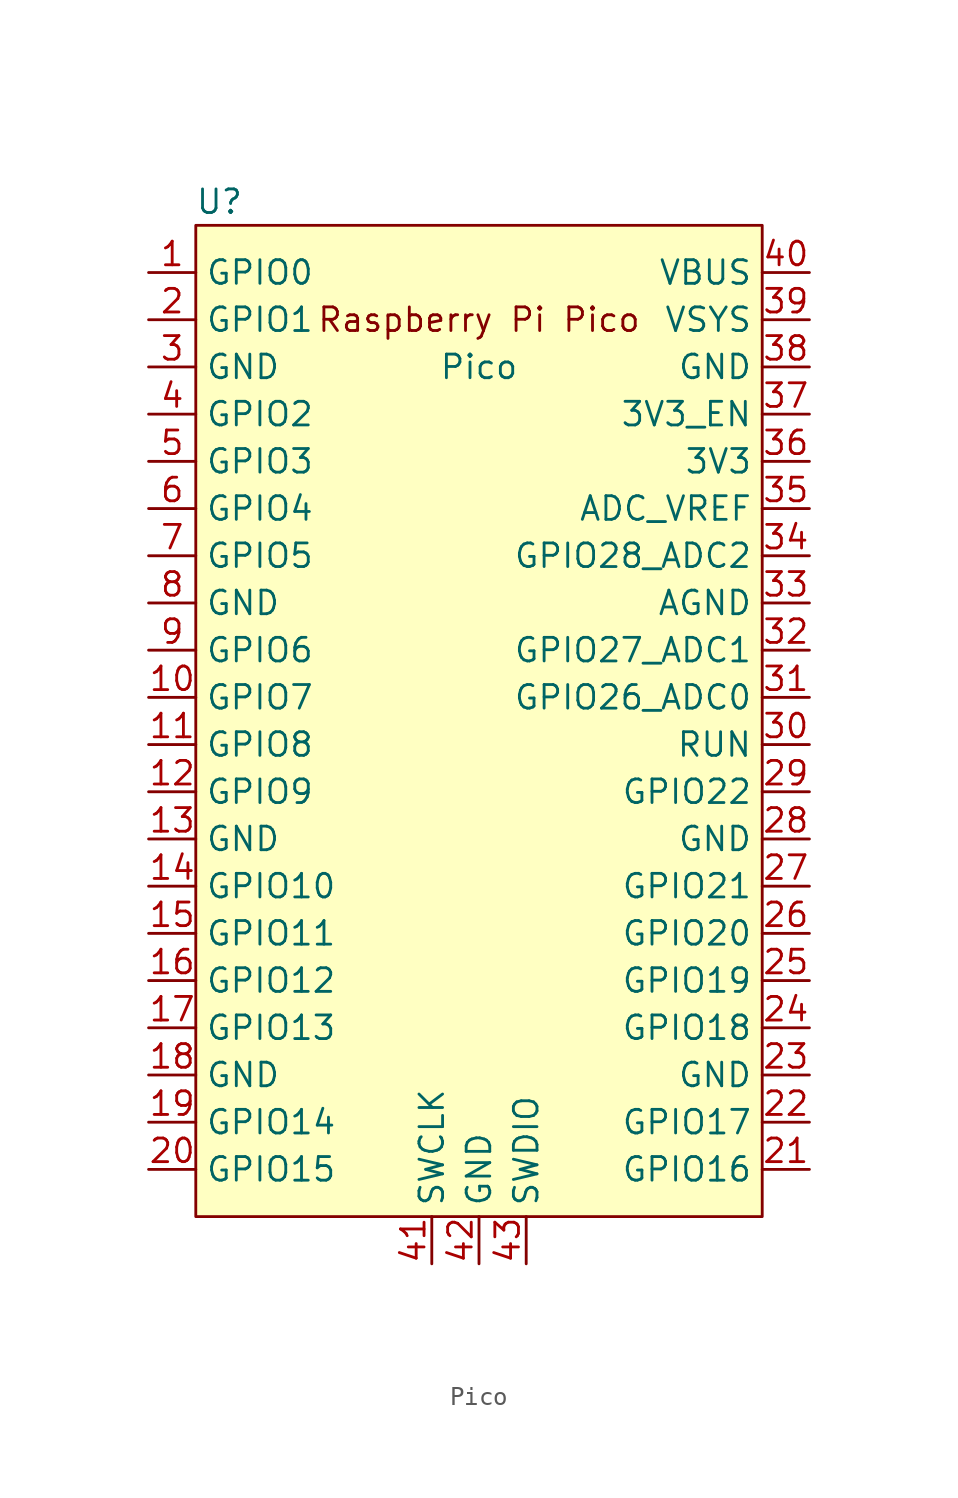
<source format=kicad_sym>
(kicad_symbol_lib
  (version 20211014)
  (generator kicad_symbol_editor)
  (symbol "Pico"
    (property "Reference" "U"
      (at -13.97 27.94 0)
      (effects (font (size 1.27 1.27))))
    (property "Value" "Pico"
      (at 0 19.05 0)
      (effects (font (size 1.27 1.27))))
    (symbol "Pico_0_0"
      (text "Raspberry Pi Pico" (at 0 21.59 0) (effects (font (size 1.27 1.27)))))
    (symbol "Pico_0_1"
      (rectangle (start -15.24 26.67) (end 15.24 -26.67) (stroke (width 0) (type default) (color 0 0 0 0)) (fill (type background))))
    (symbol "Pico_1_1"
      (pin bidirectional line (at -17.78 24.13 0) (length 2.54) (name "GPIO0" (effects (font (size 1.27 1.27)))) (number "1" (effects (font (size 1.27 1.27)))))
      (pin bidirectional line (at -17.78 1.27 0) (length 2.54) (name "GPIO7" (effects (font (size 1.27 1.27)))) (number "10" (effects (font (size 1.27 1.27)))))
      (pin bidirectional line (at -17.78 -1.27 0) (length 2.54) (name "GPIO8" (effects (font (size 1.27 1.27)))) (number "11" (effects (font (size 1.27 1.27)))))
      (pin bidirectional line (at -17.78 -3.81 0) (length 2.54) (name "GPIO9" (effects (font (size 1.27 1.27)))) (number "12" (effects (font (size 1.27 1.27)))))
      (pin power_in line (at -17.78 -6.35 0) (length 2.54) (name "GND" (effects (font (size 1.27 1.27)))) (number "13" (effects (font (size 1.27 1.27)))))
      (pin bidirectional line (at -17.78 -8.89 0) (length 2.54) (name "GPIO10" (effects (font (size 1.27 1.27)))) (number "14" (effects (font (size 1.27 1.27)))))
      (pin bidirectional line (at -17.78 -11.43 0) (length 2.54) (name "GPIO11" (effects (font (size 1.27 1.27)))) (number "15" (effects (font (size 1.27 1.27)))))
      (pin bidirectional line (at -17.78 -13.97 0) (length 2.54) (name "GPIO12" (effects (font (size 1.27 1.27)))) (number "16" (effects (font (size 1.27 1.27)))))
      (pin bidirectional line (at -17.78 -16.51 0) (length 2.54) (name "GPIO13" (effects (font (size 1.27 1.27)))) (number "17" (effects (font (size 1.27 1.27)))))
      (pin power_in line (at -17.78 -19.05 0) (length 2.54) (name "GND" (effects (font (size 1.27 1.27)))) (number "18" (effects (font (size 1.27 1.27)))))
      (pin bidirectional line (at -17.78 -21.59 0) (length 2.54) (name "GPIO14" (effects (font (size 1.27 1.27)))) (number "19" (effects (font (size 1.27 1.27)))))
      (pin bidirectional line (at -17.78 21.59 0) (length 2.54) (name "GPIO1" (effects (font (size 1.27 1.27)))) (number "2" (effects (font (size 1.27 1.27)))))
      (pin bidirectional line (at -17.78 -24.13 0) (length 2.54) (name "GPIO15" (effects (font (size 1.27 1.27)))) (number "20" (effects (font (size 1.27 1.27)))))
      (pin bidirectional line (at 17.78 -24.13 180) (length 2.54) (name "GPIO16" (effects (font (size 1.27 1.27)))) (number "21" (effects (font (size 1.27 1.27)))))
      (pin bidirectional line (at 17.78 -21.59 180) (length 2.54) (name "GPIO17" (effects (font (size 1.27 1.27)))) (number "22" (effects (font (size 1.27 1.27)))))
      (pin power_in line (at 17.78 -19.05 180) (length 2.54) (name "GND" (effects (font (size 1.27 1.27)))) (number "23" (effects (font (size 1.27 1.27)))))
      (pin bidirectional line (at 17.78 -16.51 180) (length 2.54) (name "GPIO18" (effects (font (size 1.27 1.27)))) (number "24" (effects (font (size 1.27 1.27)))))
      (pin bidirectional line (at 17.78 -13.97 180) (length 2.54) (name "GPIO19" (effects (font (size 1.27 1.27)))) (number "25" (effects (font (size 1.27 1.27)))))
      (pin bidirectional line (at 17.78 -11.43 180) (length 2.54) (name "GPIO20" (effects (font (size 1.27 1.27)))) (number "26" (effects (font (size 1.27 1.27)))))
      (pin bidirectional line (at 17.78 -8.89 180) (length 2.54) (name "GPIO21" (effects (font (size 1.27 1.27)))) (number "27" (effects (font (size 1.27 1.27)))))
      (pin power_in line (at 17.78 -6.35 180) (length 2.54) (name "GND" (effects (font (size 1.27 1.27)))) (number "28" (effects (font (size 1.27 1.27)))))
      (pin bidirectional line (at 17.78 -3.81 180) (length 2.54) (name "GPIO22" (effects (font (size 1.27 1.27)))) (number "29" (effects (font (size 1.27 1.27)))))
      (pin power_in line (at -17.78 19.05 0) (length 2.54) (name "GND" (effects (font (size 1.27 1.27)))) (number "3" (effects (font (size 1.27 1.27)))))
      (pin input line (at 17.78 -1.27 180) (length 2.54) (name "RUN" (effects (font (size 1.27 1.27)))) (number "30" (effects (font (size 1.27 1.27)))))
      (pin bidirectional line (at 17.78 1.27 180) (length 2.54) (name "GPIO26_ADC0" (effects (font (size 1.27 1.27)))) (number "31" (effects (font (size 1.27 1.27)))))
      (pin bidirectional line (at 17.78 3.81 180) (length 2.54) (name "GPIO27_ADC1" (effects (font (size 1.27 1.27)))) (number "32" (effects (font (size 1.27 1.27)))))
      (pin power_in line (at 17.78 6.35 180) (length 2.54) (name "AGND" (effects (font (size 1.27 1.27)))) (number "33" (effects (font (size 1.27 1.27)))))
      (pin bidirectional line (at 17.78 8.89 180) (length 2.54) (name "GPIO28_ADC2" (effects (font (size 1.27 1.27)))) (number "34" (effects (font (size 1.27 1.27)))))
      (pin power_in line (at 17.78 11.43 180) (length 2.54) (name "ADC_VREF" (effects (font (size 1.27 1.27)))) (number "35" (effects (font (size 1.27 1.27)))))
      (pin power_out line (at 17.78 13.97 180) (length 2.54) (name "3V3" (effects (font (size 1.27 1.27)))) (number "36" (effects (font (size 1.27 1.27)))))
      (pin input line (at 17.78 16.51 180) (length 2.54) (name "3V3_EN" (effects (font (size 1.27 1.27)))) (number "37" (effects (font (size 1.27 1.27)))))
      (pin power_in line (at 17.78 19.05 180) (length 2.54) (name "GND" (effects (font (size 1.27 1.27)))) (number "38" (effects (font (size 1.27 1.27)))))
      (pin power_in line (at 17.78 21.59 180) (length 2.54) (name "VSYS" (effects (font (size 1.27 1.27)))) (number "39" (effects (font (size 1.27 1.27)))))
      (pin bidirectional line (at -17.78 16.51 0) (length 2.54) (name "GPIO2" (effects (font (size 1.27 1.27)))) (number "4" (effects (font (size 1.27 1.27)))))
      (pin power_out line (at 17.78 24.13 180) (length 2.54) (name "VBUS" (effects (font (size 1.27 1.27)))) (number "40" (effects (font (size 1.27 1.27)))))
      (pin input line (at -2.54 -29.21 90) (length 2.54) (name "SWCLK" (effects (font (size 1.27 1.27)))) (number "41" (effects (font (size 1.27 1.27)))))
      (pin power_in line (at 0 -29.21 90) (length 2.54) (name "GND" (effects (font (size 1.27 1.27)))) (number "42" (effects (font (size 1.27 1.27)))))
      (pin bidirectional line (at 2.54 -29.21 90) (length 2.54) (name "SWDIO" (effects (font (size 1.27 1.27)))) (number "43" (effects (font (size 1.27 1.27)))))
      (pin bidirectional line (at -17.78 13.97 0) (length 2.54) (name "GPIO3" (effects (font (size 1.27 1.27)))) (number "5" (effects (font (size 1.27 1.27)))))
      (pin bidirectional line (at -17.78 11.43 0) (length 2.54) (name "GPIO4" (effects (font (size 1.27 1.27)))) (number "6" (effects (font (size 1.27 1.27)))))
      (pin bidirectional line (at -17.78 8.89 0) (length 2.54) (name "GPIO5" (effects (font (size 1.27 1.27)))) (number "7" (effects (font (size 1.27 1.27)))))
      (pin power_in line (at -17.78 6.35 0) (length 2.54) (name "GND" (effects (font (size 1.27 1.27)))) (number "8" (effects (font (size 1.27 1.27)))))
      (pin bidirectional line (at -17.78 3.81 0) (length 2.54) (name "GPIO6" (effects (font (size 1.27 1.27)))) (number "9" (effects (font (size 1.27 1.27))))))))
</source>
